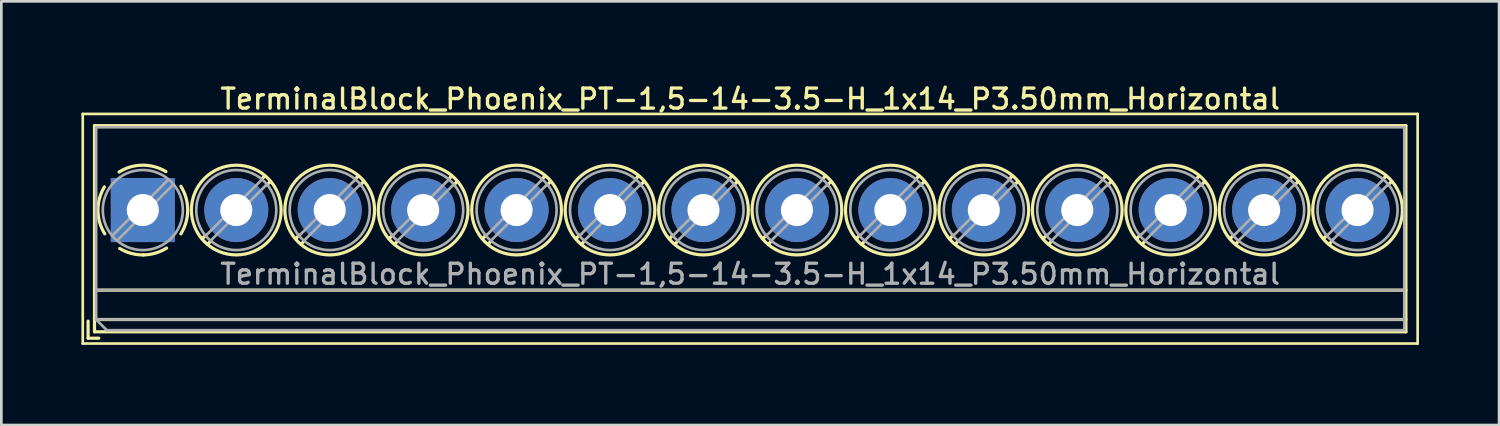
<source format=kicad_pcb>
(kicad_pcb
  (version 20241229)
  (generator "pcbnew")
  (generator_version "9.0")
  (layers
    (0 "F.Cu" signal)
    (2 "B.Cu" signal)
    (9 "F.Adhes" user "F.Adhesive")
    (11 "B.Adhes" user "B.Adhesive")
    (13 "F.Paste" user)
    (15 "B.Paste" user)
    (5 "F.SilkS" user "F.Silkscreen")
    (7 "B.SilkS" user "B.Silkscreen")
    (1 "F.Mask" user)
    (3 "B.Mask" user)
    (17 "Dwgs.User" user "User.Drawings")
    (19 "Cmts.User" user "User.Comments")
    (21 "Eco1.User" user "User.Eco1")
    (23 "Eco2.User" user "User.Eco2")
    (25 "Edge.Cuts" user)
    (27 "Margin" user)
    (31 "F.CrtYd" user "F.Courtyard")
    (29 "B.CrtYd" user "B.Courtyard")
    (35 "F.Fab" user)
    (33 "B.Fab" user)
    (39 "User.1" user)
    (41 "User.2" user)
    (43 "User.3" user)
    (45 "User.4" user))
  (footprint "TerminalBlock_Phoenix_PT-1,5-14-3.5-H_1x14_P3.50mm_Horizontal"
    (layer "F.Cu")
    (at 2.3 4.818)
    (property "Reference" "TerminalBlock_Phoenix_PT-1,5-14-3.5-H_1x14_P3.50mm_Horizontal" (at 22.75 -4.16 0) (layer "F.SilkS") (effects (font (size 0.75 0.75) (thickness 0.125))))
    (attr through_hole)
    (fp_line (start -2.25 -3.6) (end -2.25 5) (stroke (width 0.1) (type solid)) (layer "F.SilkS"))
    (fp_line (start -2.25 5) (end 47.75 5) (stroke (width 0.1) (type solid)) (layer "F.SilkS"))
    (fp_line (start -2.05 4.16) (end -2.05 4.8) (stroke (width 0.12) (type solid)) (layer "F.SilkS"))
    (fp_line (start -2.05 4.8) (end -1.65 4.8) (stroke (width 0.12) (type solid)) (layer "F.SilkS"))
    (fp_line (start -1.81 -3.16) (end -1.81 4.56) (stroke (width 0.12) (type solid)) (layer "F.SilkS"))
    (fp_line (start -1.81 -3.16) (end 47.31 -3.16) (stroke (width 0.12) (type solid)) (layer "F.SilkS"))
    (fp_line (start -1.81 3) (end 47.31 3) (stroke (width 0.12) (type solid)) (layer "F.SilkS"))
    (fp_line (start -1.81 4.1) (end 47.31 4.1) (stroke (width 0.12) (type solid)) (layer "F.SilkS"))
    (fp_line (start -1.81 4.56) (end 47.31 4.56) (stroke (width 0.12) (type solid)) (layer "F.SilkS"))
    (fp_line (start 2.355 0.941) (end 2.226 1.069) (stroke (width 0.12) (type solid)) (layer "F.SilkS"))
    (fp_line (start 2.525 1.181) (end 2.431 1.274) (stroke (width 0.12) (type solid)) (layer "F.SilkS"))
    (fp_line (start 4.57 -1.275) (end 4.476 -1.181) (stroke (width 0.12) (type solid)) (layer "F.SilkS"))
    (fp_line (start 4.775 -1.069) (end 4.646 -0.941) (stroke (width 0.12) (type solid)) (layer "F.SilkS"))
    (fp_line (start 5.855 0.941) (end 5.726 1.069) (stroke (width 0.12) (type solid)) (layer "F.SilkS"))
    (fp_line (start 6.025 1.181) (end 5.931 1.274) (stroke (width 0.12) (type solid)) (layer "F.SilkS"))
    (fp_line (start 8.07 -1.275) (end 7.976 -1.181) (stroke (width 0.12) (type solid)) (layer "F.SilkS"))
    (fp_line (start 8.275 -1.069) (end 8.146 -0.941) (stroke (width 0.12) (type solid)) (layer "F.SilkS"))
    (fp_line (start 9.355 0.941) (end 9.226 1.069) (stroke (width 0.12) (type solid)) (layer "F.SilkS"))
    (fp_line (start 9.525 1.181) (end 9.431 1.274) (stroke (width 0.12) (type solid)) (layer "F.SilkS"))
    (fp_line (start 11.57 -1.275) (end 11.476 -1.181) (stroke (width 0.12) (type solid)) (layer "F.SilkS"))
    (fp_line (start 11.775 -1.069) (end 11.646 -0.941) (stroke (width 0.12) (type solid)) (layer "F.SilkS"))
    (fp_line (start 12.855 0.941) (end 12.726 1.069) (stroke (width 0.12) (type solid)) (layer "F.SilkS"))
    (fp_line (start 13.025 1.181) (end 12.931 1.274) (stroke (width 0.12) (type solid)) (layer "F.SilkS"))
    (fp_line (start 15.07 -1.275) (end 14.976 -1.181) (stroke (width 0.12) (type solid)) (layer "F.SilkS"))
    (fp_line (start 15.275 -1.069) (end 15.146 -0.941) (stroke (width 0.12) (type solid)) (layer "F.SilkS"))
    (fp_line (start 16.355 0.941) (end 16.226 1.069) (stroke (width 0.12) (type solid)) (layer "F.SilkS"))
    (fp_line (start 16.525 1.181) (end 16.431 1.274) (stroke (width 0.12) (type solid)) (layer "F.SilkS"))
    (fp_line (start 18.57 -1.275) (end 18.476 -1.181) (stroke (width 0.12) (type solid)) (layer "F.SilkS"))
    (fp_line (start 18.775 -1.069) (end 18.646 -0.941) (stroke (width 0.12) (type solid)) (layer "F.SilkS"))
    (fp_line (start 19.855 0.941) (end 19.726 1.069) (stroke (width 0.12) (type solid)) (layer "F.SilkS"))
    (fp_line (start 20.025 1.181) (end 19.931 1.274) (stroke (width 0.12) (type solid)) (layer "F.SilkS"))
    (fp_line (start 22.07 -1.275) (end 21.976 -1.181) (stroke (width 0.12) (type solid)) (layer "F.SilkS"))
    (fp_line (start 22.275 -1.069) (end 22.146 -0.941) (stroke (width 0.12) (type solid)) (layer "F.SilkS"))
    (fp_line (start 23.355 0.941) (end 23.226 1.069) (stroke (width 0.12) (type solid)) (layer "F.SilkS"))
    (fp_line (start 23.525 1.181) (end 23.431 1.274) (stroke (width 0.12) (type solid)) (layer "F.SilkS"))
    (fp_line (start 25.57 -1.275) (end 25.476 -1.181) (stroke (width 0.12) (type solid)) (layer "F.SilkS"))
    (fp_line (start 25.775 -1.069) (end 25.646 -0.941) (stroke (width 0.12) (type solid)) (layer "F.SilkS"))
    (fp_line (start 26.855 0.941) (end 26.726 1.069) (stroke (width 0.12) (type solid)) (layer "F.SilkS"))
    (fp_line (start 27.025 1.181) (end 26.931 1.274) (stroke (width 0.12) (type solid)) (layer "F.SilkS"))
    (fp_line (start 29.07 -1.275) (end 28.976 -1.181) (stroke (width 0.12) (type solid)) (layer "F.SilkS"))
    (fp_line (start 29.275 -1.069) (end 29.146 -0.941) (stroke (width 0.12) (type solid)) (layer "F.SilkS"))
    (fp_line (start 30.355 0.941) (end 30.226 1.069) (stroke (width 0.12) (type solid)) (layer "F.SilkS"))
    (fp_line (start 30.525 1.181) (end 30.431 1.274) (stroke (width 0.12) (type solid)) (layer "F.SilkS"))
    (fp_line (start 32.57 -1.275) (end 32.476 -1.181) (stroke (width 0.12) (type solid)) (layer "F.SilkS"))
    (fp_line (start 32.775 -1.069) (end 32.646 -0.941) (stroke (width 0.12) (type solid)) (layer "F.SilkS"))
    (fp_line (start 33.855 0.941) (end 33.726 1.069) (stroke (width 0.12) (type solid)) (layer "F.SilkS"))
    (fp_line (start 34.025 1.181) (end 33.931 1.274) (stroke (width 0.12) (type solid)) (layer "F.SilkS"))
    (fp_line (start 36.07 -1.275) (end 35.976 -1.181) (stroke (width 0.12) (type solid)) (layer "F.SilkS"))
    (fp_line (start 36.275 -1.069) (end 36.146 -0.941) (stroke (width 0.12) (type solid)) (layer "F.SilkS"))
    (fp_line (start 37.355 0.941) (end 37.226 1.069) (stroke (width 0.12) (type solid)) (layer "F.SilkS"))
    (fp_line (start 37.525 1.181) (end 37.431 1.274) (stroke (width 0.12) (type solid)) (layer "F.SilkS"))
    (fp_line (start 39.57 -1.275) (end 39.476 -1.181) (stroke (width 0.12) (type solid)) (layer "F.SilkS"))
    (fp_line (start 39.775 -1.069) (end 39.646 -0.941) (stroke (width 0.12) (type solid)) (layer "F.SilkS"))
    (fp_line (start 40.855 0.941) (end 40.726 1.069) (stroke (width 0.12) (type solid)) (layer "F.SilkS"))
    (fp_line (start 41.025 1.181) (end 40.931 1.274) (stroke (width 0.12) (type solid)) (layer "F.SilkS"))
    (fp_line (start 43.07 -1.275) (end 42.976 -1.181) (stroke (width 0.12) (type solid)) (layer "F.SilkS"))
    (fp_line (start 43.275 -1.069) (end 43.146 -0.941) (stroke (width 0.12) (type solid)) (layer "F.SilkS"))
    (fp_line (start 44.355 0.941) (end 44.226 1.069) (stroke (width 0.12) (type solid)) (layer "F.SilkS"))
    (fp_line (start 44.525 1.181) (end 44.431 1.274) (stroke (width 0.12) (type solid)) (layer "F.SilkS"))
    (fp_line (start 46.57 -1.275) (end 46.476 -1.181) (stroke (width 0.12) (type solid)) (layer "F.SilkS"))
    (fp_line (start 46.775 -1.069) (end 46.646 -0.941) (stroke (width 0.12) (type solid)) (layer "F.SilkS"))
    (fp_line (start 47.31 -3.16) (end 47.31 4.56) (stroke (width 0.12) (type solid)) (layer "F.SilkS"))
    (fp_line (start 47.75 -3.6) (end -2.25 -3.6) (stroke (width 0.1) (type solid)) (layer "F.SilkS"))
    (fp_line (start 47.75 5) (end 47.75 -3.6) (stroke (width 0.1) (type solid)) (layer "F.SilkS"))
    (fp_arc (start -1.425358 0.889894) (mid -1.680286 0.014012) (end -1.44 -0.866) (stroke (width 0.12) (type solid)) (layer "F.SilkS"))
    (fp_arc (start -0.889894 -1.425358) (mid -0.014012 -1.680286) (end 0.866 -1.44) (stroke (width 0.12) (type solid)) (layer "F.SilkS"))
    (fp_arc (start 0.028674 1.680099) (mid -0.435535 1.622918) (end -0.866 1.44) (stroke (width 0.12) (type solid)) (layer "F.SilkS"))
    (fp_arc (start 0.890264 1.424721) (mid 0.463071 1.61492) (end 0 1.68) (stroke (width 0.12) (type solid)) (layer "F.SilkS"))
    (fp_arc (start 1.425504 -0.890193) (mid 1.680626 0.000476) (end 1.425 0.891) (stroke (width 0.12) (type solid)) (layer "F.SilkS"))
    (fp_circle (center 3.5 0) (end 5.18 0) (stroke (width 0.12) (type solid)) (fill no) (layer "F.SilkS"))
    (fp_circle (center 7 0) (end 8.68 0) (stroke (width 0.12) (type solid)) (fill no) (layer "F.SilkS"))
    (fp_circle (center 10.5 0) (end 12.18 0) (stroke (width 0.12) (type solid)) (fill no) (layer "F.SilkS"))
    (fp_circle (center 14 0) (end 15.68 0) (stroke (width 0.12) (type solid)) (fill no) (layer "F.SilkS"))
    (fp_circle (center 17.5 0) (end 19.18 0) (stroke (width 0.12) (type solid)) (fill no) (layer "F.SilkS"))
    (fp_circle (center 21 0) (end 22.68 0) (stroke (width 0.12) (type solid)) (fill no) (layer "F.SilkS"))
    (fp_circle (center 24.5 0) (end 26.18 0) (stroke (width 0.12) (type solid)) (fill no) (layer "F.SilkS"))
    (fp_circle (center 28 0) (end 29.68 0) (stroke (width 0.12) (type solid)) (fill no) (layer "F.SilkS"))
    (fp_circle (center 31.5 0) (end 33.18 0) (stroke (width 0.12) (type solid)) (fill no) (layer "F.SilkS"))
    (fp_circle (center 35 0) (end 36.68 0) (stroke (width 0.12) (type solid)) (fill no) (layer "F.SilkS"))
    (fp_circle (center 38.5 0) (end 40.18 0) (stroke (width 0.12) (type solid)) (fill no) (layer "F.SilkS"))
    (fp_circle (center 42 0) (end 43.68 0) (stroke (width 0.12) (type solid)) (fill no) (layer "F.SilkS"))
    (fp_circle (center 45.5 0) (end 47.18 0) (stroke (width 0.12) (type solid)) (fill no) (layer "F.SilkS"))
    (fp_line (start -1.75 -3.1) (end 47.25 -3.1) (stroke (width 0.1) (type solid)) (layer "F.Fab"))
    (fp_line (start -1.75 3) (end 47.25 3) (stroke (width 0.1) (type solid)) (layer "F.Fab"))
    (fp_line (start -1.75 4.1) (end -1.75 -3.1) (stroke (width 0.1) (type solid)) (layer "F.Fab"))
    (fp_line (start -1.75 4.1) (end 47.25 4.1) (stroke (width 0.1) (type solid)) (layer "F.Fab"))
    (fp_line (start -1.35 4.5) (end -1.75 4.1) (stroke (width 0.1) (type solid)) (layer "F.Fab"))
    (fp_line (start 0.955 -1.138) (end -1.138 0.955) (stroke (width 0.1) (type solid)) (layer "F.Fab"))
    (fp_line (start 1.138 -0.955) (end -0.955 1.138) (stroke (width 0.1) (type solid)) (layer "F.Fab"))
    (fp_line (start 4.455 -1.138) (end 2.363 0.955) (stroke (width 0.1) (type solid)) (layer "F.Fab"))
    (fp_line (start 4.638 -0.955) (end 2.546 1.138) (stroke (width 0.1) (type solid)) (layer "F.Fab"))
    (fp_line (start 7.955 -1.138) (end 5.863 0.955) (stroke (width 0.1) (type solid)) (layer "F.Fab"))
    (fp_line (start 8.138 -0.955) (end 6.046 1.138) (stroke (width 0.1) (type solid)) (layer "F.Fab"))
    (fp_line (start 11.455 -1.138) (end 9.363 0.955) (stroke (width 0.1) (type solid)) (layer "F.Fab"))
    (fp_line (start 11.638 -0.955) (end 9.546 1.138) (stroke (width 0.1) (type solid)) (layer "F.Fab"))
    (fp_line (start 14.955 -1.138) (end 12.863 0.955) (stroke (width 0.1) (type solid)) (layer "F.Fab"))
    (fp_line (start 15.138 -0.955) (end 13.046 1.138) (stroke (width 0.1) (type solid)) (layer "F.Fab"))
    (fp_line (start 18.455 -1.138) (end 16.363 0.955) (stroke (width 0.1) (type solid)) (layer "F.Fab"))
    (fp_line (start 18.638 -0.955) (end 16.546 1.138) (stroke (width 0.1) (type solid)) (layer "F.Fab"))
    (fp_line (start 21.955 -1.138) (end 19.863 0.955) (stroke (width 0.1) (type solid)) (layer "F.Fab"))
    (fp_line (start 22.138 -0.955) (end 20.046 1.138) (stroke (width 0.1) (type solid)) (layer "F.Fab"))
    (fp_line (start 25.455 -1.138) (end 23.363 0.955) (stroke (width 0.1) (type solid)) (layer "F.Fab"))
    (fp_line (start 25.638 -0.955) (end 23.546 1.138) (stroke (width 0.1) (type solid)) (layer "F.Fab"))
    (fp_line (start 28.955 -1.138) (end 26.863 0.955) (stroke (width 0.1) (type solid)) (layer "F.Fab"))
    (fp_line (start 29.138 -0.955) (end 27.046 1.138) (stroke (width 0.1) (type solid)) (layer "F.Fab"))
    (fp_line (start 32.455 -1.138) (end 30.363 0.955) (stroke (width 0.1) (type solid)) (layer "F.Fab"))
    (fp_line (start 32.638 -0.955) (end 30.546 1.138) (stroke (width 0.1) (type solid)) (layer "F.Fab"))
    (fp_line (start 35.955 -1.138) (end 33.863 0.955) (stroke (width 0.1) (type solid)) (layer "F.Fab"))
    (fp_line (start 36.138 -0.955) (end 34.046 1.138) (stroke (width 0.1) (type solid)) (layer "F.Fab"))
    (fp_line (start 39.455 -1.138) (end 37.363 0.955) (stroke (width 0.1) (type solid)) (layer "F.Fab"))
    (fp_line (start 39.638 -0.955) (end 37.546 1.138) (stroke (width 0.1) (type solid)) (layer "F.Fab"))
    (fp_line (start 42.955 -1.138) (end 40.863 0.955) (stroke (width 0.1) (type solid)) (layer "F.Fab"))
    (fp_line (start 43.138 -0.955) (end 41.046 1.138) (stroke (width 0.1) (type solid)) (layer "F.Fab"))
    (fp_line (start 46.455 -1.138) (end 44.363 0.955) (stroke (width 0.1) (type solid)) (layer "F.Fab"))
    (fp_line (start 46.638 -0.955) (end 44.546 1.138) (stroke (width 0.1) (type solid)) (layer "F.Fab"))
    (fp_line (start 47.25 -3.1) (end 47.25 4.5) (stroke (width 0.1) (type solid)) (layer "F.Fab"))
    (fp_line (start 47.25 4.5) (end -1.35 4.5) (stroke (width 0.1) (type solid)) (layer "F.Fab"))
    (fp_circle (center 0 0) (end 1.5 0) (stroke (width 0.1) (type solid)) (fill no) (layer "F.Fab"))
    (fp_circle (center 3.5 0) (end 5 0) (stroke (width 0.1) (type solid)) (fill no) (layer "F.Fab"))
    (fp_circle (center 7 0) (end 8.5 0) (stroke (width 0.1) (type solid)) (fill no) (layer "F.Fab"))
    (fp_circle (center 10.5 0) (end 12 0) (stroke (width 0.1) (type solid)) (fill no) (layer "F.Fab"))
    (fp_circle (center 14 0) (end 15.5 0) (stroke (width 0.1) (type solid)) (fill no) (layer "F.Fab"))
    (fp_circle (center 17.5 0) (end 19 0) (stroke (width 0.1) (type solid)) (fill no) (layer "F.Fab"))
    (fp_circle (center 21 0) (end 22.5 0) (stroke (width 0.1) (type solid)) (fill no) (layer "F.Fab"))
    (fp_circle (center 24.5 0) (end 26 0) (stroke (width 0.1) (type solid)) (fill no) (layer "F.Fab"))
    (fp_circle (center 28 0) (end 29.5 0) (stroke (width 0.1) (type solid)) (fill no) (layer "F.Fab"))
    (fp_circle (center 31.5 0) (end 33 0) (stroke (width 0.1) (type solid)) (fill no) (layer "F.Fab"))
    (fp_circle (center 35 0) (end 36.5 0) (stroke (width 0.1) (type solid)) (fill no) (layer "F.Fab"))
    (fp_circle (center 38.5 0) (end 40 0) (stroke (width 0.1) (type solid)) (fill no) (layer "F.Fab"))
    (fp_circle (center 42 0) (end 43.5 0) (stroke (width 0.1) (type solid)) (fill no) (layer "F.Fab"))
    (fp_circle (center 45.5 0) (end 47 0) (stroke (width 0.1) (type solid)) (fill no) (layer "F.Fab"))
    (fp_text user "${REFERENCE}" (at 22.75 2.4 0) (layer "F.Fab") (effects (font (size 0.75 0.75) (thickness 0.125))))
    (pad "1" thru_hole rect (at 0 0) (size 2.4 2.4) (drill 1.2) (layers "*.Cu" "*.Mask"))
    (pad "2" thru_hole circle (at 3.5 0) (size 2.4 2.4) (drill 1.2) (layers "*.Cu" "*.Mask"))
    (pad "3" thru_hole circle (at 7 0) (size 2.4 2.4) (drill 1.2) (layers "*.Cu" "*.Mask"))
    (pad "4" thru_hole circle (at 10.5 0) (size 2.4 2.4) (drill 1.2) (layers "*.Cu" "*.Mask"))
    (pad "5" thru_hole circle (at 14 0) (size 2.4 2.4) (drill 1.2) (layers "*.Cu" "*.Mask"))
    (pad "6" thru_hole circle (at 17.5 0) (size 2.4 2.4) (drill 1.2) (layers "*.Cu" "*.Mask"))
    (pad "7" thru_hole circle (at 21 0) (size 2.4 2.4) (drill 1.2) (layers "*.Cu" "*.Mask"))
    (pad "8" thru_hole circle (at 24.5 0) (size 2.4 2.4) (drill 1.2) (layers "*.Cu" "*.Mask"))
    (pad "9" thru_hole circle (at 28 0) (size 2.4 2.4) (drill 1.2) (layers "*.Cu" "*.Mask"))
    (pad "10" thru_hole circle (at 31.5 0) (size 2.4 2.4) (drill 1.2) (layers "*.Cu" "*.Mask"))
    (pad "11" thru_hole circle (at 35 0) (size 2.4 2.4) (drill 1.2) (layers "*.Cu" "*.Mask"))
    (pad "12" thru_hole circle (at 38.5 0) (size 2.4 2.4) (drill 1.2) (layers "*.Cu" "*.Mask"))
    (pad "13" thru_hole circle (at 42 0) (size 2.4 2.4) (drill 1.2) (layers "*.Cu" "*.Mask"))
    (pad "14" thru_hole circle (at 45.5 0) (size 2.4 2.4) (drill 1.2) (layers "*.Cu" "*.Mask")))
  (gr_rect
    (start -3 -3)
    (end 53.1 12.868)
    (stroke (width 0.1) (type default))
    (fill no)
    (layer "Edge.Cuts")))
</source>
